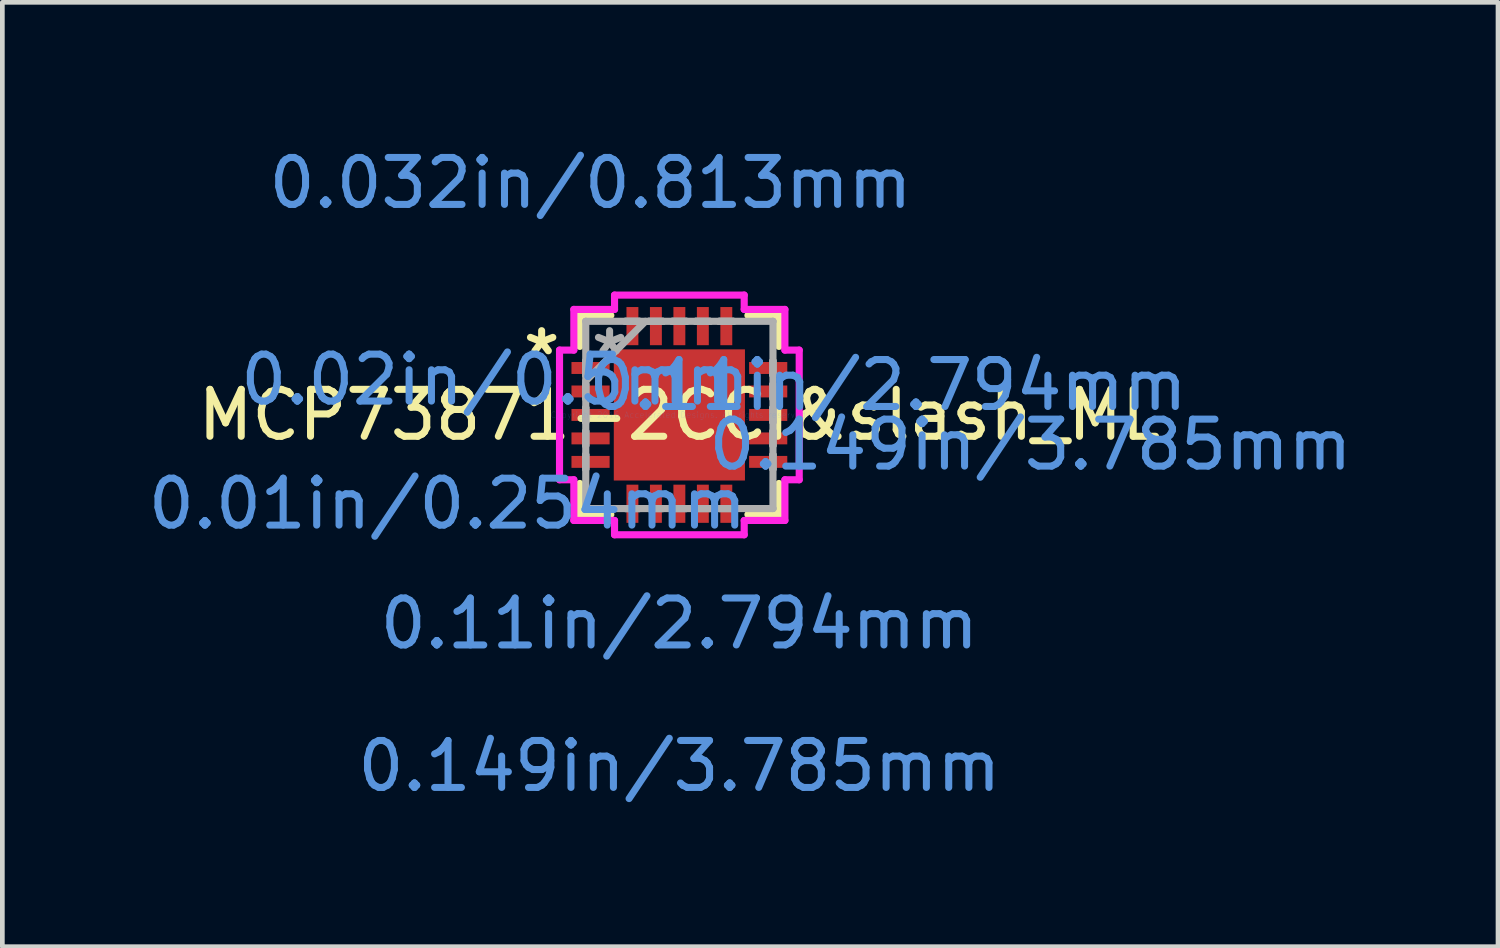
<source format=kicad_pcb>
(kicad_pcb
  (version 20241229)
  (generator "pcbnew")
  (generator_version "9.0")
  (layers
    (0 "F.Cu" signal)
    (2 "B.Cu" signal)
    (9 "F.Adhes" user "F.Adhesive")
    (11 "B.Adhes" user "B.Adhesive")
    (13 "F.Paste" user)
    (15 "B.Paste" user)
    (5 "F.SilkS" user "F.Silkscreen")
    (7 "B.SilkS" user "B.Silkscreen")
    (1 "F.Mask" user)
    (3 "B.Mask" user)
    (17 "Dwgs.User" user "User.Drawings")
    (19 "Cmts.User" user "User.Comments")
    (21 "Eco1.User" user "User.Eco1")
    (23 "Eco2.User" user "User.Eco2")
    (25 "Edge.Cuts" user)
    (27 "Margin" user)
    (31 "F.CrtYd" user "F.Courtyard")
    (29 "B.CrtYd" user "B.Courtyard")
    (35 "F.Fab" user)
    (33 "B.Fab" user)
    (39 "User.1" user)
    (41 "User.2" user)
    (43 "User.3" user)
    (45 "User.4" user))
  (footprint "MCP73871-2CCI&slash_ML"
    (layer "F.Cu")
    (at 11.422 5.789)
    (property "Reference" "MCP73871-2CCI&slash_ML" (at 0 0 0) (layer "F.SilkS") (effects (font (size 1 1) (thickness 0.15))))
    (attr through_hole)
    (fp_line (start -2.121 -2.121) (end -2.121 -1.46) (stroke (width 0.152) (type solid)) (layer "F.SilkS"))
    (fp_line (start -2.121 1.46) (end -2.121 2.121) (stroke (width 0.152) (type solid)) (layer "F.SilkS"))
    (fp_line (start -2.121 2.121) (end -1.46 2.121) (stroke (width 0.152) (type solid)) (layer "F.SilkS"))
    (fp_line (start -1.46 -2.121) (end -2.121 -2.121) (stroke (width 0.152) (type solid)) (layer "F.SilkS"))
    (fp_line (start 1.46 2.121) (end 2.121 2.121) (stroke (width 0.152) (type solid)) (layer "F.SilkS"))
    (fp_line (start 2.121 -2.121) (end 1.46 -2.121) (stroke (width 0.152) (type solid)) (layer "F.SilkS"))
    (fp_line (start 2.121 -1.46) (end 2.121 -2.121) (stroke (width 0.152) (type solid)) (layer "F.SilkS"))
    (fp_line (start 2.121 2.121) (end 2.121 1.46) (stroke (width 0.152) (type solid)) (layer "F.SilkS"))
    (fp_line (start -2.553 -1.381) (end -2.248 -1.381) (stroke (width 0.152) (type solid)) (layer "F.CrtYd"))
    (fp_line (start -2.553 1.381) (end -2.553 -1.381) (stroke (width 0.152) (type solid)) (layer "F.CrtYd"))
    (fp_line (start -2.248 -2.248) (end -1.381 -2.248) (stroke (width 0.152) (type solid)) (layer "F.CrtYd"))
    (fp_line (start -2.248 -1.381) (end -2.248 -2.248) (stroke (width 0.152) (type solid)) (layer "F.CrtYd"))
    (fp_line (start -2.248 1.381) (end -2.553 1.381) (stroke (width 0.152) (type solid)) (layer "F.CrtYd"))
    (fp_line (start -2.248 2.248) (end -2.248 1.381) (stroke (width 0.152) (type solid)) (layer "F.CrtYd"))
    (fp_line (start -1.381 -2.553) (end 1.381 -2.553) (stroke (width 0.152) (type solid)) (layer "F.CrtYd"))
    (fp_line (start -1.381 -2.248) (end -1.381 -2.553) (stroke (width 0.152) (type solid)) (layer "F.CrtYd"))
    (fp_line (start -1.381 2.248) (end -2.248 2.248) (stroke (width 0.152) (type solid)) (layer "F.CrtYd"))
    (fp_line (start -1.381 2.553) (end -1.381 2.248) (stroke (width 0.152) (type solid)) (layer "F.CrtYd"))
    (fp_line (start 1.381 -2.553) (end 1.381 -2.248) (stroke (width 0.152) (type solid)) (layer "F.CrtYd"))
    (fp_line (start 1.381 -2.248) (end 2.248 -2.248) (stroke (width 0.152) (type solid)) (layer "F.CrtYd"))
    (fp_line (start 1.381 2.248) (end 1.381 2.553) (stroke (width 0.152) (type solid)) (layer "F.CrtYd"))
    (fp_line (start 1.381 2.553) (end -1.381 2.553) (stroke (width 0.152) (type solid)) (layer "F.CrtYd"))
    (fp_line (start 2.248 -2.248) (end 2.248 -1.381) (stroke (width 0.152) (type solid)) (layer "F.CrtYd"))
    (fp_line (start 2.248 -1.381) (end 2.553 -1.381) (stroke (width 0.152) (type solid)) (layer "F.CrtYd"))
    (fp_line (start 2.248 1.381) (end 2.248 2.248) (stroke (width 0.152) (type solid)) (layer "F.CrtYd"))
    (fp_line (start 2.248 2.248) (end 1.381 2.248) (stroke (width 0.152) (type solid)) (layer "F.CrtYd"))
    (fp_line (start 2.553 -1.381) (end 2.553 1.381) (stroke (width 0.152) (type solid)) (layer "F.CrtYd"))
    (fp_line (start 2.553 1.381) (end 2.248 1.381) (stroke (width 0.152) (type solid)) (layer "F.CrtYd"))
    (fp_line (start -1.994 -1.994) (end -1.994 -1.994) (stroke (width 0.152) (type solid)) (layer "F.Fab"))
    (fp_line (start -1.994 -1.994) (end -1.994 1.994) (stroke (width 0.152) (type solid)) (layer "F.Fab"))
    (fp_line (start -1.994 -1.152) (end -1.994 -1.152) (stroke (width 0.152) (type solid)) (layer "F.Fab"))
    (fp_line (start -1.994 -1.152) (end -1.994 -0.848) (stroke (width 0.152) (type solid)) (layer "F.Fab"))
    (fp_line (start -1.994 -0.848) (end -1.994 -1.152) (stroke (width 0.152) (type solid)) (layer "F.Fab"))
    (fp_line (start -1.994 -0.848) (end -1.994 -0.848) (stroke (width 0.152) (type solid)) (layer "F.Fab"))
    (fp_line (start -1.994 -0.724) (end -0.724 -1.994) (stroke (width 0.152) (type solid)) (layer "F.Fab"))
    (fp_line (start -1.994 -0.652) (end -1.994 -0.652) (stroke (width 0.152) (type solid)) (layer "F.Fab"))
    (fp_line (start -1.994 -0.652) (end -1.994 -0.348) (stroke (width 0.152) (type solid)) (layer "F.Fab"))
    (fp_line (start -1.994 -0.348) (end -1.994 -0.652) (stroke (width 0.152) (type solid)) (layer "F.Fab"))
    (fp_line (start -1.994 -0.348) (end -1.994 -0.348) (stroke (width 0.152) (type solid)) (layer "F.Fab"))
    (fp_line (start -1.994 -0.152) (end -1.994 -0.152) (stroke (width 0.152) (type solid)) (layer "F.Fab"))
    (fp_line (start -1.994 -0.152) (end -1.994 0.152) (stroke (width 0.152) (type solid)) (layer "F.Fab"))
    (fp_line (start -1.994 0.152) (end -1.994 -0.152) (stroke (width 0.152) (type solid)) (layer "F.Fab"))
    (fp_line (start -1.994 0.152) (end -1.994 0.152) (stroke (width 0.152) (type solid)) (layer "F.Fab"))
    (fp_line (start -1.994 0.348) (end -1.994 0.348) (stroke (width 0.152) (type solid)) (layer "F.Fab"))
    (fp_line (start -1.994 0.348) (end -1.994 0.652) (stroke (width 0.152) (type solid)) (layer "F.Fab"))
    (fp_line (start -1.994 0.652) (end -1.994 0.348) (stroke (width 0.152) (type solid)) (layer "F.Fab"))
    (fp_line (start -1.994 0.652) (end -1.994 0.652) (stroke (width 0.152) (type solid)) (layer "F.Fab"))
    (fp_line (start -1.994 0.848) (end -1.994 0.848) (stroke (width 0.152) (type solid)) (layer "F.Fab"))
    (fp_line (start -1.994 0.848) (end -1.994 1.152) (stroke (width 0.152) (type solid)) (layer "F.Fab"))
    (fp_line (start -1.994 1.152) (end -1.994 0.848) (stroke (width 0.152) (type solid)) (layer "F.Fab"))
    (fp_line (start -1.994 1.152) (end -1.994 1.152) (stroke (width 0.152) (type solid)) (layer "F.Fab"))
    (fp_line (start -1.994 1.994) (end -1.994 1.994) (stroke (width 0.152) (type solid)) (layer "F.Fab"))
    (fp_line (start -1.994 1.994) (end 1.994 1.994) (stroke (width 0.152) (type solid)) (layer "F.Fab"))
    (fp_line (start -1.152 -1.994) (end -1.152 -1.994) (stroke (width 0.152) (type solid)) (layer "F.Fab"))
    (fp_line (start -1.152 -1.994) (end -0.848 -1.994) (stroke (width 0.152) (type solid)) (layer "F.Fab"))
    (fp_line (start -1.152 1.994) (end -1.152 1.994) (stroke (width 0.152) (type solid)) (layer "F.Fab"))
    (fp_line (start -1.152 1.994) (end -0.848 1.994) (stroke (width 0.152) (type solid)) (layer "F.Fab"))
    (fp_line (start -0.848 -1.994) (end -1.152 -1.994) (stroke (width 0.152) (type solid)) (layer "F.Fab"))
    (fp_line (start -0.848 -1.994) (end -0.848 -1.994) (stroke (width 0.152) (type solid)) (layer "F.Fab"))
    (fp_line (start -0.848 1.994) (end -1.152 1.994) (stroke (width 0.152) (type solid)) (layer "F.Fab"))
    (fp_line (start -0.848 1.994) (end -0.848 1.994) (stroke (width 0.152) (type solid)) (layer "F.Fab"))
    (fp_line (start -0.652 -1.994) (end -0.652 -1.994) (stroke (width 0.152) (type solid)) (layer "F.Fab"))
    (fp_line (start -0.652 -1.994) (end -0.348 -1.994) (stroke (width 0.152) (type solid)) (layer "F.Fab"))
    (fp_line (start -0.652 1.994) (end -0.652 1.994) (stroke (width 0.152) (type solid)) (layer "F.Fab"))
    (fp_line (start -0.652 1.994) (end -0.348 1.994) (stroke (width 0.152) (type solid)) (layer "F.Fab"))
    (fp_line (start -0.348 -1.994) (end -0.652 -1.994) (stroke (width 0.152) (type solid)) (layer "F.Fab"))
    (fp_line (start -0.348 -1.994) (end -0.348 -1.994) (stroke (width 0.152) (type solid)) (layer "F.Fab"))
    (fp_line (start -0.348 1.994) (end -0.652 1.994) (stroke (width 0.152) (type solid)) (layer "F.Fab"))
    (fp_line (start -0.348 1.994) (end -0.348 1.994) (stroke (width 0.152) (type solid)) (layer "F.Fab"))
    (fp_line (start -0.152 -1.994) (end -0.152 -1.994) (stroke (width 0.152) (type solid)) (layer "F.Fab"))
    (fp_line (start -0.152 -1.994) (end 0.152 -1.994) (stroke (width 0.152) (type solid)) (layer "F.Fab"))
    (fp_line (start -0.152 1.994) (end -0.152 1.994) (stroke (width 0.152) (type solid)) (layer "F.Fab"))
    (fp_line (start -0.152 1.994) (end 0.152 1.994) (stroke (width 0.152) (type solid)) (layer "F.Fab"))
    (fp_line (start 0.152 -1.994) (end -0.152 -1.994) (stroke (width 0.152) (type solid)) (layer "F.Fab"))
    (fp_line (start 0.152 -1.994) (end 0.152 -1.994) (stroke (width 0.152) (type solid)) (layer "F.Fab"))
    (fp_line (start 0.152 1.994) (end -0.152 1.994) (stroke (width 0.152) (type solid)) (layer "F.Fab"))
    (fp_line (start 0.152 1.994) (end 0.152 1.994) (stroke (width 0.152) (type solid)) (layer "F.Fab"))
    (fp_line (start 0.348 -1.994) (end 0.348 -1.994) (stroke (width 0.152) (type solid)) (layer "F.Fab"))
    (fp_line (start 0.348 -1.994) (end 0.652 -1.994) (stroke (width 0.152) (type solid)) (layer "F.Fab"))
    (fp_line (start 0.348 1.994) (end 0.348 1.994) (stroke (width 0.152) (type solid)) (layer "F.Fab"))
    (fp_line (start 0.348 1.994) (end 0.652 1.994) (stroke (width 0.152) (type solid)) (layer "F.Fab"))
    (fp_line (start 0.652 -1.994) (end 0.348 -1.994) (stroke (width 0.152) (type solid)) (layer "F.Fab"))
    (fp_line (start 0.652 -1.994) (end 0.652 -1.994) (stroke (width 0.152) (type solid)) (layer "F.Fab"))
    (fp_line (start 0.652 1.994) (end 0.348 1.994) (stroke (width 0.152) (type solid)) (layer "F.Fab"))
    (fp_line (start 0.652 1.994) (end 0.652 1.994) (stroke (width 0.152) (type solid)) (layer "F.Fab"))
    (fp_line (start 0.848 -1.994) (end 0.848 -1.994) (stroke (width 0.152) (type solid)) (layer "F.Fab"))
    (fp_line (start 0.848 -1.994) (end 1.152 -1.994) (stroke (width 0.152) (type solid)) (layer "F.Fab"))
    (fp_line (start 0.848 1.994) (end 0.848 1.994) (stroke (width 0.152) (type solid)) (layer "F.Fab"))
    (fp_line (start 0.848 1.994) (end 1.152 1.994) (stroke (width 0.152) (type solid)) (layer "F.Fab"))
    (fp_line (start 1.152 -1.994) (end 0.848 -1.994) (stroke (width 0.152) (type solid)) (layer "F.Fab"))
    (fp_line (start 1.152 -1.994) (end 1.152 -1.994) (stroke (width 0.152) (type solid)) (layer "F.Fab"))
    (fp_line (start 1.152 1.994) (end 0.848 1.994) (stroke (width 0.152) (type solid)) (layer "F.Fab"))
    (fp_line (start 1.152 1.994) (end 1.152 1.994) (stroke (width 0.152) (type solid)) (layer "F.Fab"))
    (fp_line (start 1.994 -1.994) (end -1.994 -1.994) (stroke (width 0.152) (type solid)) (layer "F.Fab"))
    (fp_line (start 1.994 -1.994) (end 1.994 -1.994) (stroke (width 0.152) (type solid)) (layer "F.Fab"))
    (fp_line (start 1.994 -1.152) (end 1.994 -1.152) (stroke (width 0.152) (type solid)) (layer "F.Fab"))
    (fp_line (start 1.994 -1.152) (end 1.994 -0.848) (stroke (width 0.152) (type solid)) (layer "F.Fab"))
    (fp_line (start 1.994 -0.848) (end 1.994 -1.152) (stroke (width 0.152) (type solid)) (layer "F.Fab"))
    (fp_line (start 1.994 -0.848) (end 1.994 -0.848) (stroke (width 0.152) (type solid)) (layer "F.Fab"))
    (fp_line (start 1.994 -0.652) (end 1.994 -0.652) (stroke (width 0.152) (type solid)) (layer "F.Fab"))
    (fp_line (start 1.994 -0.652) (end 1.994 -0.348) (stroke (width 0.152) (type solid)) (layer "F.Fab"))
    (fp_line (start 1.994 -0.348) (end 1.994 -0.652) (stroke (width 0.152) (type solid)) (layer "F.Fab"))
    (fp_line (start 1.994 -0.348) (end 1.994 -0.348) (stroke (width 0.152) (type solid)) (layer "F.Fab"))
    (fp_line (start 1.994 -0.152) (end 1.994 -0.152) (stroke (width 0.152) (type solid)) (layer "F.Fab"))
    (fp_line (start 1.994 -0.152) (end 1.994 0.152) (stroke (width 0.152) (type solid)) (layer "F.Fab"))
    (fp_line (start 1.994 0.152) (end 1.994 -0.152) (stroke (width 0.152) (type solid)) (layer "F.Fab"))
    (fp_line (start 1.994 0.152) (end 1.994 0.152) (stroke (width 0.152) (type solid)) (layer "F.Fab"))
    (fp_line (start 1.994 0.348) (end 1.994 0.348) (stroke (width 0.152) (type solid)) (layer "F.Fab"))
    (fp_line (start 1.994 0.348) (end 1.994 0.652) (stroke (width 0.152) (type solid)) (layer "F.Fab"))
    (fp_line (start 1.994 0.652) (end 1.994 0.348) (stroke (width 0.152) (type solid)) (layer "F.Fab"))
    (fp_line (start 1.994 0.652) (end 1.994 0.652) (stroke (width 0.152) (type solid)) (layer "F.Fab"))
    (fp_line (start 1.994 0.848) (end 1.994 0.848) (stroke (width 0.152) (type solid)) (layer "F.Fab"))
    (fp_line (start 1.994 0.848) (end 1.994 1.152) (stroke (width 0.152) (type solid)) (layer "F.Fab"))
    (fp_line (start 1.994 1.152) (end 1.994 0.848) (stroke (width 0.152) (type solid)) (layer "F.Fab"))
    (fp_line (start 1.994 1.152) (end 1.994 1.152) (stroke (width 0.152) (type solid)) (layer "F.Fab"))
    (fp_line (start 1.994 1.994) (end 1.994 -1.994) (stroke (width 0.152) (type solid)) (layer "F.Fab"))
    (fp_line (start 1.994 1.994) (end 1.994 1.994) (stroke (width 0.152) (type solid)) (layer "F.Fab"))
    (fp_text user "*" (at -2.934 -1.25 0) (layer "F.SilkS") (effects (font (size 1 1) (thickness 0.15))))
    (fp_text user "Copyright 2016 Accelerated Designs. All rights reserved." (at 0 0 0) (layer "Cmts.User") (effects (font (size 0.127 0.127) (thickness 0.002))))
    (fp_text user "0.11in/2.794mm" (at 4.445 -0.635 0) (layer "Cmts.User") (effects (font (size 1 1) (thickness 0.15))))
    (fp_text user "0.01in/0.254mm" (at -4.94 1.892 0) (layer "Cmts.User") (effects (font (size 1 1) (thickness 0.15))))
    (fp_text user "0.032in/0.813mm" (at -1.892 -4.94 0) (layer "Cmts.User") (effects (font (size 1 1) (thickness 0.15))))
    (fp_text user "0.149in/3.785mm" (at 7.48 0.635 0) (layer "Cmts.User") (effects (font (size 1 1) (thickness 0.15))))
    (fp_text user "0.149in/3.785mm" (at 0 7.48 0) (layer "Cmts.User") (effects (font (size 1 1) (thickness 0.15))))
    (fp_text user "0.11in/2.794mm" (at 0 4.445 0) (layer "Cmts.User") (effects (font (size 1 1) (thickness 0.15))))
    (fp_text user "0.02in/0.5mm" (at -3.924 -0.75 0) (layer "Cmts.User") (effects (font (size 1 1) (thickness 0.15))))
    (fp_text user "*" (at -1.486 -1.25 0) (layer "F.Fab") (effects (font (size 1 1) (thickness 0.15))))
    (pad "1" smd rect (at -1.892 -1 90) (size 0.254 0.813) (layers "F.Cu" "F.Mask" "F.Paste"))
    (pad "2" smd rect (at -1.892 -0.5 90) (size 0.254 0.813) (layers "F.Cu" "F.Mask" "F.Paste"))
    (pad "3" smd rect (at -1.892 0 90) (size 0.254 0.813) (layers "F.Cu" "F.Mask" "F.Paste"))
    (pad "4" smd rect (at -1.892 0.5 90) (size 0.254 0.813) (layers "F.Cu" "F.Mask" "F.Paste"))
    (pad "5" smd rect (at -1.892 1 90) (size 0.254 0.813) (layers "F.Cu" "F.Mask" "F.Paste"))
    (pad "6" smd rect (at -1 1.892) (size 0.254 0.813) (layers "F.Cu" "F.Mask" "F.Paste"))
    (pad "7" smd rect (at -0.5 1.892) (size 0.254 0.813) (layers "F.Cu" "F.Mask" "F.Paste"))
    (pad "8" smd rect (at 0 1.892) (size 0.254 0.813) (layers "F.Cu" "F.Mask" "F.Paste"))
    (pad "9" smd rect (at 0.5 1.892) (size 0.254 0.813) (layers "F.Cu" "F.Mask" "F.Paste"))
    (pad "10" smd rect (at 1 1.892) (size 0.254 0.813) (layers "F.Cu" "F.Mask" "F.Paste"))
    (pad "11" smd rect (at 1.892 1 90) (size 0.254 0.813) (layers "F.Cu" "F.Mask" "F.Paste"))
    (pad "12" smd rect (at 1.892 0.5 90) (size 0.254 0.813) (layers "F.Cu" "F.Mask" "F.Paste"))
    (pad "13" smd rect (at 1.892 0 90) (size 0.254 0.813) (layers "F.Cu" "F.Mask" "F.Paste"))
    (pad "14" smd rect (at 1.892 -0.5 90) (size 0.254 0.813) (layers "F.Cu" "F.Mask" "F.Paste"))
    (pad "15" smd rect (at 1.892 -1 90) (size 0.254 0.813) (layers "F.Cu" "F.Mask" "F.Paste"))
    (pad "16" smd rect (at 1 -1.892) (size 0.254 0.813) (layers "F.Cu" "F.Mask" "F.Paste"))
    (pad "17" smd rect (at 0.5 -1.892) (size 0.254 0.813) (layers "F.Cu" "F.Mask" "F.Paste"))
    (pad "18" smd rect (at 0 -1.892) (size 0.254 0.813) (layers "F.Cu" "F.Mask" "F.Paste"))
    (pad "19" smd rect (at -0.5 -1.892) (size 0.254 0.813) (layers "F.Cu" "F.Mask" "F.Paste"))
    (pad "20" smd rect (at -1 -1.892) (size 0.254 0.813) (layers "F.Cu" "F.Mask" "F.Paste"))
    (pad "21" smd rect (at 0 0) (size 2.794 2.794) (layers "F.Cu" "F.Mask" "F.Paste")))
  (gr_rect
    (start -3 -3)
    (end 28.861 17.117)
    (stroke (width 0.1) (type default))
    (fill no)
    (layer "Edge.Cuts")))
</source>
